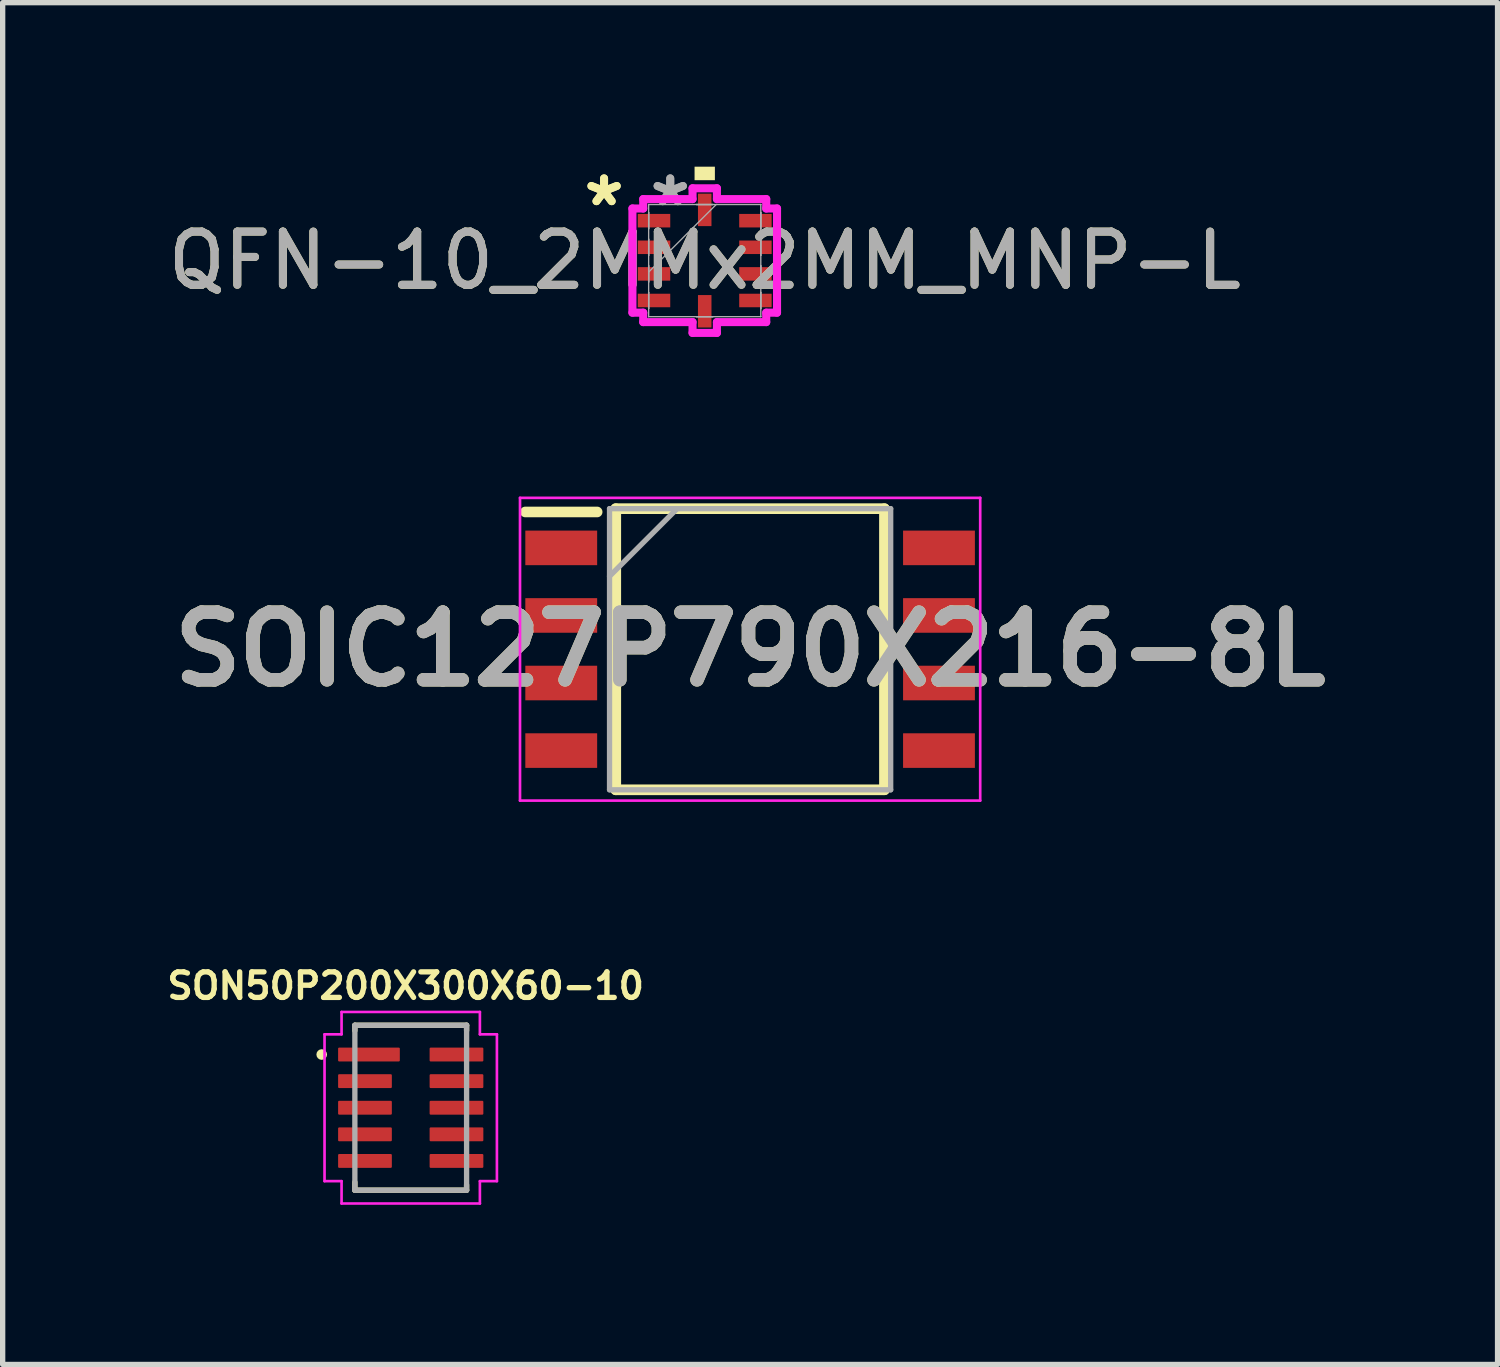
<source format=kicad_pcb>
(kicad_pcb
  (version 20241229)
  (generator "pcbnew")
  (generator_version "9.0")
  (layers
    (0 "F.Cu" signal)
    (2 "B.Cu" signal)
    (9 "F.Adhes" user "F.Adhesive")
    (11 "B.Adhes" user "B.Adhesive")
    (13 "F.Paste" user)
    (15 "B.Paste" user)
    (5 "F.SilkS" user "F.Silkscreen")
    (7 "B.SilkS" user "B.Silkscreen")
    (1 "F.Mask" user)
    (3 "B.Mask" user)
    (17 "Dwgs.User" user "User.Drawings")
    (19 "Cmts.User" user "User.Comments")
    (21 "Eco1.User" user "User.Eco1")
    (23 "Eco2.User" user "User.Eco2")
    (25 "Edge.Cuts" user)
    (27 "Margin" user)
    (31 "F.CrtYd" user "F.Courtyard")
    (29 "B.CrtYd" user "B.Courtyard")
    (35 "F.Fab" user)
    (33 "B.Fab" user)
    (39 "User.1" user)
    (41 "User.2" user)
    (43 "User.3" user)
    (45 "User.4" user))
  (footprint "SON50P200X300X60-10"
    (layer "F.Cu")
    (at 4.67 17.771)
    (property "Reference" "SON50P200X300X60-10" (at -0.095 -2.291 0) (layer "F.SilkS") (effects (font (size 0.48 0.48) (thickness 0.1) (bold yes))))
    (attr smd)
    (fp_line (start -1.05 -1.55) (end 1.05 -1.55) (stroke (width 0.1) (type solid)) (layer "F.SilkS"))
    (fp_line (start -1.05 -1.45) (end -1.05 -1.55) (stroke (width 0.1) (type solid)) (layer "F.SilkS"))
    (fp_line (start -1.05 1.4) (end -1.05 1.55) (stroke (width 0.1) (type solid)) (layer "F.SilkS"))
    (fp_line (start -1.05 1.55) (end 1.05 1.55) (stroke (width 0.1) (type solid)) (layer "F.SilkS"))
    (fp_line (start 1.05 -1.55) (end 1.05 -1.45) (stroke (width 0.1) (type solid)) (layer "F.SilkS"))
    (fp_line (start 1.05 1.55) (end 1.05 1.45) (stroke (width 0.1) (type solid)) (layer "F.SilkS"))
    (fp_circle (center -1.673 -1) (end -1.623 -1) (stroke (width 0.1) (type solid)) (fill no) (layer "F.SilkS"))
    (fp_line (start -1.62 -1.38) (end -1.62 1.38) (stroke (width 0.05) (type solid)) (layer "F.CrtYd"))
    (fp_line (start -1.62 1.38) (end -1.3 1.38) (stroke (width 0.05) (type solid)) (layer "F.CrtYd"))
    (fp_line (start -1.3 -1.8) (end -1.3 -1.38) (stroke (width 0.05) (type solid)) (layer "F.CrtYd"))
    (fp_line (start -1.3 -1.38) (end -1.62 -1.38) (stroke (width 0.05) (type solid)) (layer "F.CrtYd"))
    (fp_line (start -1.3 1.38) (end -1.3 1.8) (stroke (width 0.05) (type solid)) (layer "F.CrtYd"))
    (fp_line (start -1.3 1.8) (end 1.3 1.8) (stroke (width 0.05) (type solid)) (layer "F.CrtYd"))
    (fp_line (start 1.3 -1.8) (end -1.3 -1.8) (stroke (width 0.05) (type solid)) (layer "F.CrtYd"))
    (fp_line (start 1.3 -1.38) (end 1.3 -1.8) (stroke (width 0.05) (type solid)) (layer "F.CrtYd"))
    (fp_line (start 1.3 1.38) (end 1.62 1.38) (stroke (width 0.05) (type solid)) (layer "F.CrtYd"))
    (fp_line (start 1.3 1.8) (end 1.3 1.38) (stroke (width 0.05) (type solid)) (layer "F.CrtYd"))
    (fp_line (start 1.62 -1.38) (end 1.3 -1.38) (stroke (width 0.05) (type solid)) (layer "F.CrtYd"))
    (fp_line (start 1.62 1.38) (end 1.62 -1.38) (stroke (width 0.05) (type solid)) (layer "F.CrtYd"))
    (fp_line (start -1.05 -1.55) (end 1.05 -1.55) (stroke (width 0.1) (type solid)) (layer "F.Fab"))
    (fp_line (start -1.05 1.55) (end -1.05 -1.55) (stroke (width 0.1) (type solid)) (layer "F.Fab"))
    (fp_line (start 1.05 -1.55) (end 1.05 1.55) (stroke (width 0.1) (type solid)) (layer "F.Fab"))
    (fp_line (start 1.05 1.55) (end -1.05 1.55) (stroke (width 0.1) (type solid)) (layer "F.Fab"))
    (pad "1" smd roundrect (at -0.785 -1) (size 1.16 0.26) (layers "F.Cu" "F.Mask" "F.Paste") (roundrect_rratio 0.075))
    (pad "2" smd roundrect (at -0.86 -0.5) (size 1.01 0.26) (layers "F.Cu" "F.Mask" "F.Paste") (roundrect_rratio 0.075))
    (pad "3" smd roundrect (at -0.86 0) (size 1.01 0.26) (layers "F.Cu" "F.Mask" "F.Paste") (roundrect_rratio 0.075))
    (pad "4" smd roundrect (at -0.86 0.5) (size 1.01 0.26) (layers "F.Cu" "F.Mask" "F.Paste") (roundrect_rratio 0.075))
    (pad "5" smd roundrect (at -0.86 1) (size 1.01 0.26) (layers "F.Cu" "F.Mask" "F.Paste") (roundrect_rratio 0.075))
    (pad "6" smd roundrect (at 0.86 1) (size 1.01 0.26) (layers "F.Cu" "F.Mask" "F.Paste") (roundrect_rratio 0.075))
    (pad "7" smd roundrect (at 0.86 0.5) (size 1.01 0.26) (layers "F.Cu" "F.Mask" "F.Paste") (roundrect_rratio 0.075))
    (pad "8" smd roundrect (at 0.86 0) (size 1.01 0.26) (layers "F.Cu" "F.Mask" "F.Paste") (roundrect_rratio 0.075))
    (pad "9" smd roundrect (at 0.86 -0.5) (size 1.01 0.26) (layers "F.Cu" "F.Mask" "F.Paste") (roundrect_rratio 0.075))
    (pad "10" smd roundrect (at 0.86 -1) (size 1.01 0.26) (layers "F.Cu" "F.Mask" "F.Paste") (roundrect_rratio 0.075)))
  (footprint "SOIC127P790X216-8L"
    (layer "F.Cu")
    (at 11.049 9.153)
    (property "Reference" "SOIC127P790X216-8L" (at 0 0 0) (layer "F.SilkS") (effects (font (size 1.27 1.27) (thickness 0.254))))
    (attr smd)
    (fp_line (start -4.225 -2.58) (end -2.875 -2.58) (stroke (width 0.2) (type solid)) (layer "F.SilkS"))
    (fp_line (start -2.525 -2.642) (end 2.525 -2.642) (stroke (width 0.2) (type solid)) (layer "F.SilkS"))
    (fp_line (start -2.525 2.642) (end -2.525 -2.642) (stroke (width 0.2) (type solid)) (layer "F.SilkS"))
    (fp_line (start 2.525 -2.642) (end 2.525 2.642) (stroke (width 0.2) (type solid)) (layer "F.SilkS"))
    (fp_line (start 2.525 2.642) (end -2.525 2.642) (stroke (width 0.2) (type solid)) (layer "F.SilkS"))
    (fp_line (start -4.325 -2.845) (end 4.325 -2.845) (stroke (width 0.05) (type solid)) (layer "F.CrtYd"))
    (fp_line (start -4.325 2.845) (end -4.325 -2.845) (stroke (width 0.05) (type solid)) (layer "F.CrtYd"))
    (fp_line (start 4.325 -2.845) (end 4.325 2.845) (stroke (width 0.05) (type solid)) (layer "F.CrtYd"))
    (fp_line (start 4.325 2.845) (end -4.325 2.845) (stroke (width 0.05) (type solid)) (layer "F.CrtYd"))
    (fp_line (start -2.642 -2.642) (end 2.642 -2.642) (stroke (width 0.1) (type solid)) (layer "F.Fab"))
    (fp_line (start -2.642 -1.372) (end -1.372 -2.642) (stroke (width 0.1) (type solid)) (layer "F.Fab"))
    (fp_line (start -2.642 2.642) (end -2.642 -2.642) (stroke (width 0.1) (type solid)) (layer "F.Fab"))
    (fp_line (start 2.642 -2.642) (end 2.642 2.642) (stroke (width 0.1) (type solid)) (layer "F.Fab"))
    (fp_line (start 2.642 2.642) (end -2.642 2.642) (stroke (width 0.1) (type solid)) (layer "F.Fab"))
    (fp_text user "${REFERENCE}" (at 0 0 0) (layer "F.Fab") (effects (font (size 1.27 1.27) (thickness 0.254))))
    (pad "1" smd rect (at -3.55 -1.905 90) (size 0.65 1.35) (layers "F.Cu" "F.Mask" "F.Paste"))
    (pad "2" smd rect (at -3.55 -0.635 90) (size 0.65 1.35) (layers "F.Cu" "F.Mask" "F.Paste"))
    (pad "3" smd rect (at -3.55 0.635 90) (size 0.65 1.35) (layers "F.Cu" "F.Mask" "F.Paste"))
    (pad "4" smd rect (at -3.55 1.905 90) (size 0.65 1.35) (layers "F.Cu" "F.Mask" "F.Paste"))
    (pad "5" smd rect (at 3.55 1.905 90) (size 0.65 1.35) (layers "F.Cu" "F.Mask" "F.Paste"))
    (pad "6" smd rect (at 3.55 0.635 90) (size 0.65 1.35) (layers "F.Cu" "F.Mask" "F.Paste"))
    (pad "7" smd rect (at 3.55 -0.635 90) (size 0.65 1.35) (layers "F.Cu" "F.Mask" "F.Paste"))
    (pad "8" smd rect (at 3.55 -1.905 90) (size 0.65 1.35) (layers "F.Cu" "F.Mask" "F.Paste")))
  (footprint "QFN-10_2MMx2MM_MNP-L"
    (layer "F.Cu")
    (at 10.196 1.848)
    (property "Reference" "QFN-10_2MMx2MM_MNP-L" (at 0 0 0) (unlocked yes) (layer "F.SilkS") (effects (font (size 1 1) (thickness 0.15))))
    (attr smd)
    (fp_poly (pts (xy -0.191 -1.511) (xy -0.191 -1.765) (xy 0.191 -1.765) (xy 0.191 -1.511)) (stroke (width 0) (type solid)) (fill yes) (layer "F.SilkS"))
    (fp_line (start -1.359 -0.979) (end -1.156 -0.979) (stroke (width 0.152) (type solid)) (layer "F.CrtYd"))
    (fp_line (start -1.359 0.979) (end -1.359 -0.979) (stroke (width 0.152) (type solid)) (layer "F.CrtYd"))
    (fp_line (start -1.156 -1.156) (end -0.229 -1.156) (stroke (width 0.152) (type solid)) (layer "F.CrtYd"))
    (fp_line (start -1.156 -0.979) (end -1.156 -1.156) (stroke (width 0.152) (type solid)) (layer "F.CrtYd"))
    (fp_line (start -1.156 0.979) (end -1.359 0.979) (stroke (width 0.152) (type solid)) (layer "F.CrtYd"))
    (fp_line (start -1.156 1.156) (end -1.156 0.979) (stroke (width 0.152) (type solid)) (layer "F.CrtYd"))
    (fp_line (start -0.229 -1.359) (end 0.229 -1.359) (stroke (width 0.152) (type solid)) (layer "F.CrtYd"))
    (fp_line (start -0.229 -1.156) (end -0.229 -1.359) (stroke (width 0.152) (type solid)) (layer "F.CrtYd"))
    (fp_line (start -0.229 1.156) (end -1.156 1.156) (stroke (width 0.152) (type solid)) (layer "F.CrtYd"))
    (fp_line (start -0.229 1.359) (end -0.229 1.156) (stroke (width 0.152) (type solid)) (layer "F.CrtYd"))
    (fp_line (start 0.229 -1.359) (end 0.229 -1.156) (stroke (width 0.152) (type solid)) (layer "F.CrtYd"))
    (fp_line (start 0.229 -1.156) (end 1.156 -1.156) (stroke (width 0.152) (type solid)) (layer "F.CrtYd"))
    (fp_line (start 0.229 1.156) (end 0.229 1.359) (stroke (width 0.152) (type solid)) (layer "F.CrtYd"))
    (fp_line (start 0.229 1.359) (end -0.229 1.359) (stroke (width 0.152) (type solid)) (layer "F.CrtYd"))
    (fp_line (start 1.156 -1.156) (end 1.156 -0.979) (stroke (width 0.152) (type solid)) (layer "F.CrtYd"))
    (fp_line (start 1.156 -0.979) (end 1.359 -0.979) (stroke (width 0.152) (type solid)) (layer "F.CrtYd"))
    (fp_line (start 1.156 0.979) (end 1.156 1.156) (stroke (width 0.152) (type solid)) (layer "F.CrtYd"))
    (fp_line (start 1.156 1.156) (end 0.229 1.156) (stroke (width 0.152) (type solid)) (layer "F.CrtYd"))
    (fp_line (start 1.359 -0.979) (end 1.359 0.979) (stroke (width 0.152) (type solid)) (layer "F.CrtYd"))
    (fp_line (start 1.359 0.979) (end 1.156 0.979) (stroke (width 0.152) (type solid)) (layer "F.CrtYd"))
    (fp_line (start -1.054 -1.054) (end -1.054 -1.054) (stroke (width 0.025) (type solid)) (layer "F.Fab"))
    (fp_line (start -1.054 -1.054) (end -1.054 1.054) (stroke (width 0.025) (type solid)) (layer "F.Fab"))
    (fp_line (start -1.054 -0.902) (end -1.054 -0.902) (stroke (width 0.025) (type solid)) (layer "F.Fab"))
    (fp_line (start -1.054 -0.902) (end -1.054 -0.598) (stroke (width 0.025) (type solid)) (layer "F.Fab"))
    (fp_line (start -1.054 -0.598) (end -1.054 -0.902) (stroke (width 0.025) (type solid)) (layer "F.Fab"))
    (fp_line (start -1.054 -0.598) (end -1.054 -0.598) (stroke (width 0.025) (type solid)) (layer "F.Fab"))
    (fp_line (start -1.054 -0.402) (end -1.054 -0.402) (stroke (width 0.025) (type solid)) (layer "F.Fab"))
    (fp_line (start -1.054 -0.402) (end -1.054 -0.098) (stroke (width 0.025) (type solid)) (layer "F.Fab"))
    (fp_line (start -1.054 -0.098) (end -1.054 -0.402) (stroke (width 0.025) (type solid)) (layer "F.Fab"))
    (fp_line (start -1.054 -0.098) (end -1.054 -0.098) (stroke (width 0.025) (type solid)) (layer "F.Fab"))
    (fp_line (start -1.054 0.098) (end -1.054 0.098) (stroke (width 0.025) (type solid)) (layer "F.Fab"))
    (fp_line (start -1.054 0.098) (end -1.054 0.402) (stroke (width 0.025) (type solid)) (layer "F.Fab"))
    (fp_line (start -1.054 0.216) (end 0.216 -1.054) (stroke (width 0.025) (type solid)) (layer "F.Fab"))
    (fp_line (start -1.054 0.402) (end -1.054 0.098) (stroke (width 0.025) (type solid)) (layer "F.Fab"))
    (fp_line (start -1.054 0.402) (end -1.054 0.402) (stroke (width 0.025) (type solid)) (layer "F.Fab"))
    (fp_line (start -1.054 0.598) (end -1.054 0.598) (stroke (width 0.025) (type solid)) (layer "F.Fab"))
    (fp_line (start -1.054 0.598) (end -1.054 0.902) (stroke (width 0.025) (type solid)) (layer "F.Fab"))
    (fp_line (start -1.054 0.902) (end -1.054 0.598) (stroke (width 0.025) (type solid)) (layer "F.Fab"))
    (fp_line (start -1.054 0.902) (end -1.054 0.902) (stroke (width 0.025) (type solid)) (layer "F.Fab"))
    (fp_line (start -1.054 1.054) (end -1.054 1.054) (stroke (width 0.025) (type solid)) (layer "F.Fab"))
    (fp_line (start -1.054 1.054) (end 1.054 1.054) (stroke (width 0.025) (type solid)) (layer "F.Fab"))
    (fp_line (start -0.152 -1.054) (end -0.152 -1.054) (stroke (width 0.025) (type solid)) (layer "F.Fab"))
    (fp_line (start -0.152 -1.054) (end 0.152 -1.054) (stroke (width 0.025) (type solid)) (layer "F.Fab"))
    (fp_line (start -0.152 1.054) (end -0.152 1.054) (stroke (width 0.025) (type solid)) (layer "F.Fab"))
    (fp_line (start -0.152 1.054) (end 0.152 1.054) (stroke (width 0.025) (type solid)) (layer "F.Fab"))
    (fp_line (start 0.152 -1.054) (end -0.152 -1.054) (stroke (width 0.025) (type solid)) (layer "F.Fab"))
    (fp_line (start 0.152 -1.054) (end 0.152 -1.054) (stroke (width 0.025) (type solid)) (layer "F.Fab"))
    (fp_line (start 0.152 1.054) (end -0.152 1.054) (stroke (width 0.025) (type solid)) (layer "F.Fab"))
    (fp_line (start 0.152 1.054) (end 0.152 1.054) (stroke (width 0.025) (type solid)) (layer "F.Fab"))
    (fp_line (start 1.054 -1.054) (end -1.054 -1.054) (stroke (width 0.025) (type solid)) (layer "F.Fab"))
    (fp_line (start 1.054 -1.054) (end 1.054 -1.054) (stroke (width 0.025) (type solid)) (layer "F.Fab"))
    (fp_line (start 1.054 -0.902) (end 1.054 -0.902) (stroke (width 0.025) (type solid)) (layer "F.Fab"))
    (fp_line (start 1.054 -0.902) (end 1.054 -0.598) (stroke (width 0.025) (type solid)) (layer "F.Fab"))
    (fp_line (start 1.054 -0.598) (end 1.054 -0.902) (stroke (width 0.025) (type solid)) (layer "F.Fab"))
    (fp_line (start 1.054 -0.598) (end 1.054 -0.598) (stroke (width 0.025) (type solid)) (layer "F.Fab"))
    (fp_line (start 1.054 -0.402) (end 1.054 -0.402) (stroke (width 0.025) (type solid)) (layer "F.Fab"))
    (fp_line (start 1.054 -0.402) (end 1.054 -0.098) (stroke (width 0.025) (type solid)) (layer "F.Fab"))
    (fp_line (start 1.054 -0.098) (end 1.054 -0.402) (stroke (width 0.025) (type solid)) (layer "F.Fab"))
    (fp_line (start 1.054 -0.098) (end 1.054 -0.098) (stroke (width 0.025) (type solid)) (layer "F.Fab"))
    (fp_line (start 1.054 0.098) (end 1.054 0.098) (stroke (width 0.025) (type solid)) (layer "F.Fab"))
    (fp_line (start 1.054 0.098) (end 1.054 0.402) (stroke (width 0.025) (type solid)) (layer "F.Fab"))
    (fp_line (start 1.054 0.402) (end 1.054 0.098) (stroke (width 0.025) (type solid)) (layer "F.Fab"))
    (fp_line (start 1.054 0.402) (end 1.054 0.402) (stroke (width 0.025) (type solid)) (layer "F.Fab"))
    (fp_line (start 1.054 0.598) (end 1.054 0.598) (stroke (width 0.025) (type solid)) (layer "F.Fab"))
    (fp_line (start 1.054 0.598) (end 1.054 0.902) (stroke (width 0.025) (type solid)) (layer "F.Fab"))
    (fp_line (start 1.054 0.902) (end 1.054 0.598) (stroke (width 0.025) (type solid)) (layer "F.Fab"))
    (fp_line (start 1.054 0.902) (end 1.054 0.902) (stroke (width 0.025) (type solid)) (layer "F.Fab"))
    (fp_line (start 1.054 1.054) (end 1.054 -1.054) (stroke (width 0.025) (type solid)) (layer "F.Fab"))
    (fp_line (start 1.054 1.054) (end 1.054 1.054) (stroke (width 0.025) (type solid)) (layer "F.Fab"))
    (fp_text user "*" (at -1.892 -1 0) (unlocked yes) (layer "F.SilkS") (effects (font (size 1 1) (thickness 0.15))))
    (fp_text user "*" (at -1.892 -1 0) (layer "F.SilkS") (effects (font (size 1 1) (thickness 0.15))))
    (fp_text user "*" (at -0.648 -1 0) (layer "F.Fab") (effects (font (size 1 1) (thickness 0.15))))
    (fp_text user "*" (at -0.648 -1 0) (unlocked yes) (layer "F.Fab") (effects (font (size 1 1) (thickness 0.15))))
    (fp_text user "${REFERENCE}" (at 0 0 0) (unlocked yes) (layer "F.Fab") (effects (font (size 1 1) (thickness 0.15))))
    (pad "1" smd rect (at -0.953 -0.75 90) (size 0.254 0.61) (layers "F.Cu" "F.Mask" "F.Paste"))
    (pad "2" smd rect (at -0.953 -0.25 90) (size 0.254 0.61) (layers "F.Cu" "F.Mask" "F.Paste"))
    (pad "3" smd rect (at -0.953 0.25 90) (size 0.254 0.61) (layers "F.Cu" "F.Mask" "F.Paste"))
    (pad "4" smd rect (at -0.953 0.75 90) (size 0.254 0.61) (layers "F.Cu" "F.Mask" "F.Paste"))
    (pad "5" smd rect (at 0 0.953) (size 0.254 0.61) (layers "F.Cu" "F.Mask" "F.Paste"))
    (pad "6" smd rect (at 0.953 0.75 90) (size 0.254 0.61) (layers "F.Cu" "F.Mask" "F.Paste"))
    (pad "7" smd rect (at 0.953 0.25 90) (size 0.254 0.61) (layers "F.Cu" "F.Mask" "F.Paste"))
    (pad "8" smd rect (at 0.953 -0.25 90) (size 0.254 0.61) (layers "F.Cu" "F.Mask" "F.Paste"))
    (pad "9" smd rect (at 0.953 -0.75 90) (size 0.254 0.61) (layers "F.Cu" "F.Mask" "F.Paste"))
    (pad "10" smd rect (at 0 -0.953) (size 0.254 0.61) (layers "F.Cu" "F.Mask" "F.Paste")))
  (gr_rect
    (start -3 -3)
    (end 25.098 22.596)
    (stroke (width 0.1) (type default))
    (fill no)
    (layer "Edge.Cuts")))
</source>
